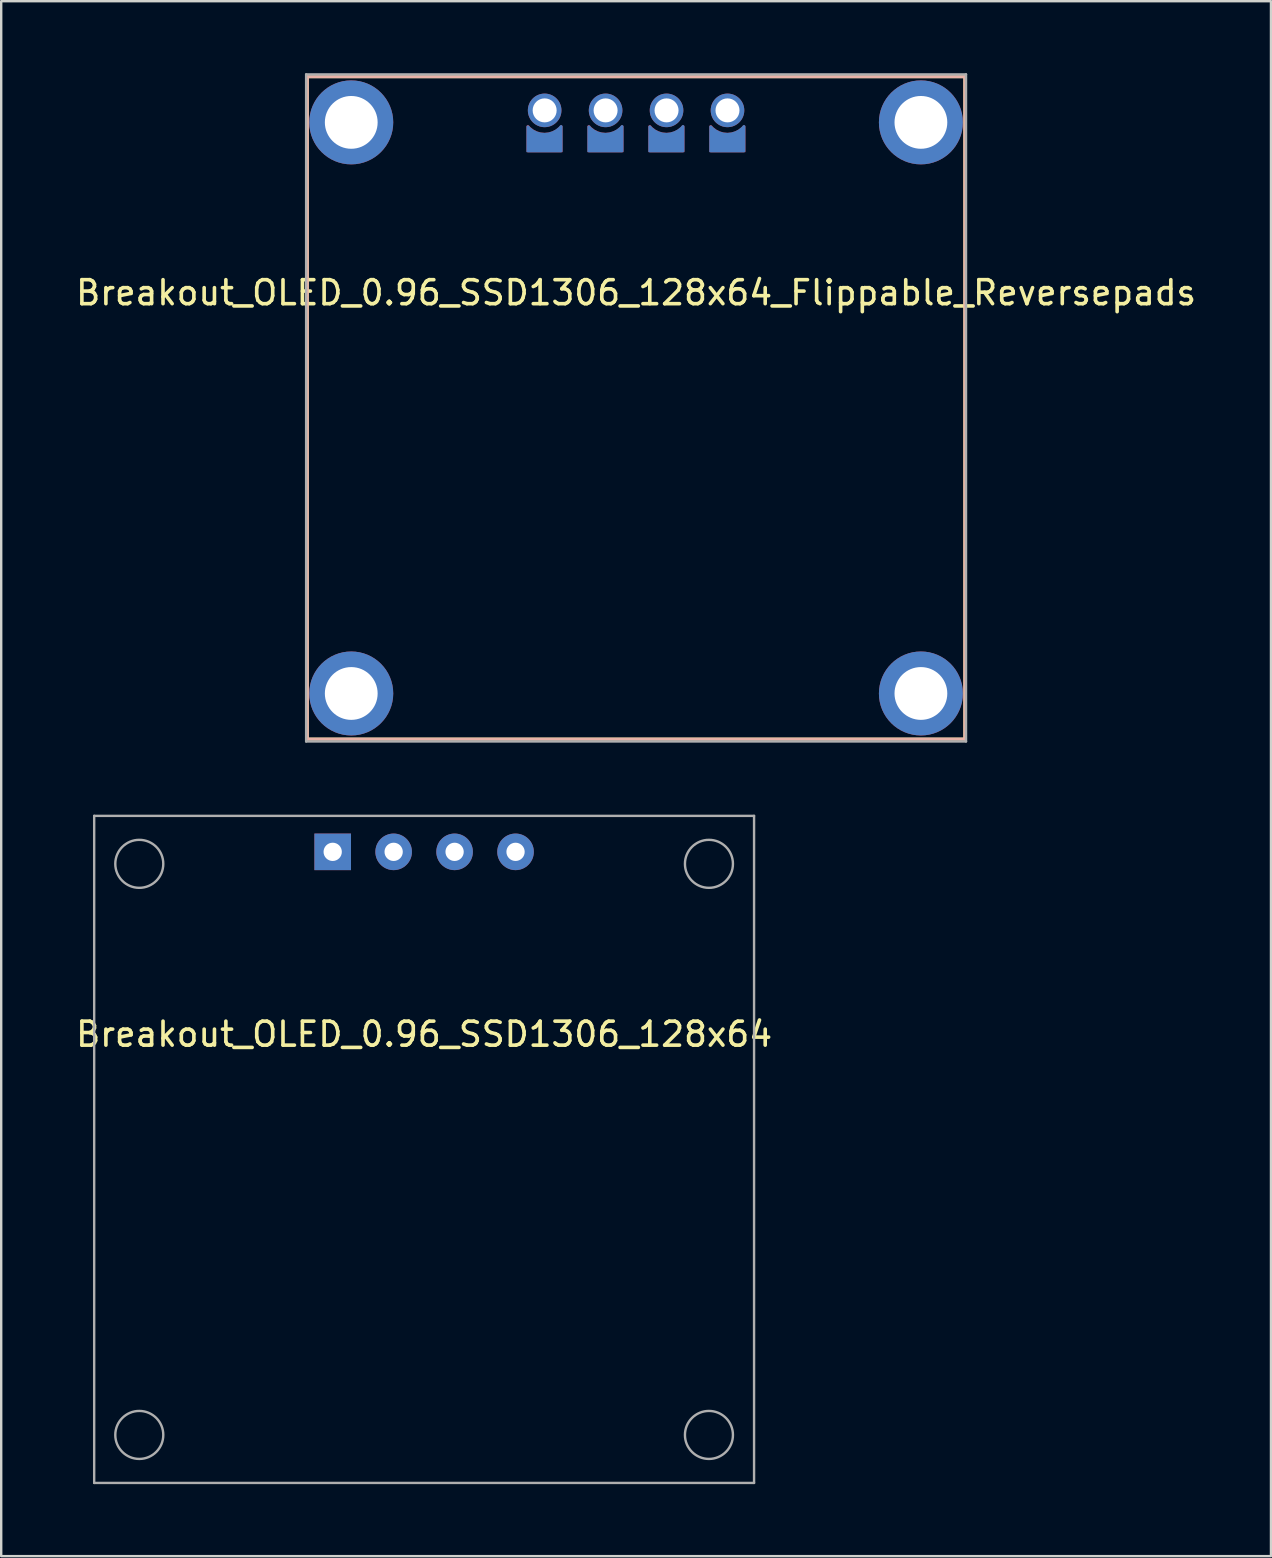
<source format=kicad_pcb>
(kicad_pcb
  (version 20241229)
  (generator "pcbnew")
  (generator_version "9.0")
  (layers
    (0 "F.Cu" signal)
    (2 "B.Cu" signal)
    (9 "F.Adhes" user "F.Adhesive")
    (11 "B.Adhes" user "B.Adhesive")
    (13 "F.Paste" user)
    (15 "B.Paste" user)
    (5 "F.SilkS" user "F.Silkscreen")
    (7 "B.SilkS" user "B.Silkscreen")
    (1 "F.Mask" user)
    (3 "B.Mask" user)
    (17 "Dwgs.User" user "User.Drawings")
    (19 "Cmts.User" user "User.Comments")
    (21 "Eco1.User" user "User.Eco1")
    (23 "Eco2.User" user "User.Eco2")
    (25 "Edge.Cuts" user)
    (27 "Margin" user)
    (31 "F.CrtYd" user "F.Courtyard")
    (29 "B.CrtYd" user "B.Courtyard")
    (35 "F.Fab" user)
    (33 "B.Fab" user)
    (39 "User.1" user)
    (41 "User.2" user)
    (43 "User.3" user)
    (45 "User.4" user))
  (footprint "Breakout_OLED_0.96_SSD1306_128x64_Flippable_Reversepads"
    (layer "F.Cu")
    (at 23.458 1.55)
    (property "Reference" "Breakout_OLED_0.96_SSD1306_128x64_Flippable_Reversepads" (at 0 7.6 0) (layer "F.SilkS") (effects (font (size 1 1) (thickness 0.15))))
    (attr through_hole)
    (fp_line (start -13.7 -1.4) (end -13.7 26.2) (stroke (width 0.12) (type solid)) (layer "F.SilkS"))
    (fp_line (start -13.7 26.2) (end 13.7 26.2) (stroke (width 0.12) (type solid)) (layer "F.SilkS"))
    (fp_line (start 13.7 -1.4) (end -13.7 -1.4) (stroke (width 0.12) (type solid)) (layer "F.SilkS"))
    (fp_line (start 13.7 26.2) (end 13.7 -1.4) (stroke (width 0.12) (type solid)) (layer "F.SilkS"))
    (fp_line (start -13.7 26.2) (end -13.7 -1.4) (stroke (width 0.12) (type solid)) (layer "B.SilkS"))
    (fp_line (start 13.7 -1.4) (end -13.7 -1.4) (stroke (width 0.12) (type solid)) (layer "B.SilkS"))
    (fp_line (start 13.7 -1.4) (end 13.7 26.2) (stroke (width 0.12) (type solid)) (layer "B.SilkS"))
    (fp_line (start 13.7 26.2) (end -13.7 26.2) (stroke (width 0.12) (type solid)) (layer "B.SilkS"))
    (fp_line (start -13.75 -1.5) (end 13.75 -1.5) (stroke (width 0.1) (type solid)) (layer "F.Fab"))
    (fp_line (start -13.75 26.3) (end -13.75 -1.5) (stroke (width 0.1) (type solid)) (layer "F.Fab"))
    (fp_line (start -13.75 26.3) (end 13.75 26.3) (stroke (width 0.1) (type solid)) (layer "F.Fab"))
    (fp_line (start 13.75 26.3) (end 13.75 -1.5) (stroke (width 0.1) (type solid)) (layer "F.Fab"))
    (pad "" thru_hole circle (at -11.87 0.5) (size 3.5 3.5) (drill 2.2) (layers "*.Cu" "*.Mask"))
    (pad "" thru_hole circle (at -11.87 24.3) (size 3.5 3.5) (drill 2.2) (layers "*.Cu" "*.Mask"))
    (pad "" thru_hole circle (at -3.81 0 90) (size 1.4 1.4) (drill 1) (layers "*.Cu" "*.Mask"))
    (pad "" thru_hole circle (at -1.27 0 90) (size 1.4 1.4) (drill 1) (layers "*.Cu" "*.Mask"))
    (pad "" thru_hole circle (at 1.27 0 90) (size 1.4 1.4) (drill 1) (layers "*.Cu" "*.Mask"))
    (pad "" thru_hole circle (at 3.81 0 90) (size 1.4 1.4) (drill 1) (layers "*.Cu" "*.Mask"))
    (pad "" thru_hole circle (at 11.87 0.5) (size 3.5 3.5) (drill 2.2) (layers "*.Cu" "*.Mask"))
    (pad "" thru_hole circle (at 11.87 24.3) (size 3.5 3.5) (drill 2.2) (layers "*.Cu" "*.Mask"))
    (pad "1" smd custom (at -3.82 1.34 90) (size 0.8 1.5) (layers "B.Cu" "B.Mask") (options (anchor rect)) (primitives (gr_poly (pts (xy 0.56 -0.67) (xy 0.34 -0.67) (xy 0.34 -0.3)) (width 0.1) (fill yes)) (gr_line (start 0.67 0.697) (end -0.35 0.697) (width 0.12)) (gr_poly (pts (xy 0.54 0.67) (xy 0.32 0.67) (xy 0.32 0.3)) (width 0.1) (fill yes)) (gr_line (start -0.35 0.697) (end -0.35 -0.69) (width 0.12)) (gr_arc (start 0.67 0.697) (mid 0.346893 0.011995) (end 0.651894 -0.681261) (width 0.12)) (gr_line (start -0.35 -0.69) (end 0.66 -0.69) (width 0.12))))
    (pad "1" smd custom (at 3.808 1.339 90) (size 0.8 1.5) (layers "F.Cu" "F.Mask") (options (anchor rect)) (primitives (gr_poly (pts (xy 0.56 0.67) (xy 0.34 0.67) (xy 0.34 0.3)) (width 0.1) (fill yes)) (gr_line (start 0.67 -0.697) (end -0.35 -0.697) (width 0.12)) (gr_poly (pts (xy 0.54 -0.67) (xy 0.32 -0.67) (xy 0.32 -0.3)) (width 0.1) (fill yes)) (gr_line (start -0.35 -0.697) (end -0.35 0.69) (width 0.12)) (gr_arc (start 0.660264 0.68864) (mid 0.346831 -0.00562) (end 0.668786 -0.69597) (width 0.12)) (gr_line (start -0.35 0.69) (end 0.66 0.69) (width 0.12))))
    (pad "2" smd custom (at -1.28 1.34 90) (size 0.8 1.5) (layers "B.Cu" "B.Mask") (options (anchor rect)) (primitives (gr_poly (pts (xy 0.56 -0.67) (xy 0.34 -0.67) (xy 0.34 -0.3)) (width 0.1) (fill yes)) (gr_line (start 0.67 0.697) (end -0.35 0.697) (width 0.12)) (gr_poly (pts (xy 0.54 0.67) (xy 0.32 0.67) (xy 0.32 0.3)) (width 0.1) (fill yes)) (gr_line (start -0.35 0.697) (end -0.35 -0.69) (width 0.12)) (gr_arc (start 0.67 0.697) (mid 0.346893 0.011995) (end 0.651894 -0.681261) (width 0.12)) (gr_line (start -0.35 -0.69) (end 0.66 -0.69) (width 0.12))))
    (pad "2" smd custom (at 1.268 1.339 90) (size 0.8 1.5) (layers "F.Cu" "F.Mask") (options (anchor rect)) (primitives (gr_poly (pts (xy 0.56 0.67) (xy 0.34 0.67) (xy 0.34 0.3)) (width 0.1) (fill yes)) (gr_line (start 0.67 -0.697) (end -0.35 -0.697) (width 0.12)) (gr_poly (pts (xy 0.54 -0.67) (xy 0.32 -0.67) (xy 0.32 -0.3)) (width 0.1) (fill yes)) (gr_line (start -0.35 -0.697) (end -0.35 0.69) (width 0.12)) (gr_arc (start 0.660264 0.68864) (mid 0.346831 -0.00562) (end 0.668786 -0.69597) (width 0.12)) (gr_line (start -0.35 0.69) (end 0.66 0.69) (width 0.12))))
    (pad "3" smd custom (at -1.272 1.339 90) (size 0.8 1.5) (layers "F.Cu" "F.Mask") (options (anchor rect)) (primitives (gr_poly (pts (xy 0.56 0.67) (xy 0.34 0.67) (xy 0.34 0.3)) (width 0.1) (fill yes)) (gr_line (start 0.67 -0.697) (end -0.35 -0.697) (width 0.12)) (gr_poly (pts (xy 0.54 -0.67) (xy 0.32 -0.67) (xy 0.32 -0.3)) (width 0.1) (fill yes)) (gr_line (start -0.35 -0.697) (end -0.35 0.69) (width 0.12)) (gr_arc (start 0.660264 0.68864) (mid 0.346831 -0.00562) (end 0.668786 -0.69597) (width 0.12)) (gr_line (start -0.35 0.69) (end 0.66 0.69) (width 0.12))))
    (pad "3" smd custom (at 1.26 1.34 90) (size 0.8 1.5) (layers "B.Cu" "B.Mask") (options (anchor rect)) (primitives (gr_poly (pts (xy 0.56 -0.67) (xy 0.34 -0.67) (xy 0.34 -0.3)) (width 0.1) (fill yes)) (gr_line (start 0.67 0.697) (end -0.35 0.697) (width 0.12)) (gr_poly (pts (xy 0.54 0.67) (xy 0.32 0.67) (xy 0.32 0.3)) (width 0.1) (fill yes)) (gr_line (start -0.35 0.697) (end -0.35 -0.69) (width 0.12)) (gr_arc (start 0.67 0.697) (mid 0.346893 0.011995) (end 0.651894 -0.681261) (width 0.12)) (gr_line (start -0.35 -0.69) (end 0.66 -0.69) (width 0.12))))
    (pad "4" smd custom (at -3.812 1.339 90) (size 0.8 1.5) (layers "F.Cu" "F.Mask") (options (anchor rect)) (primitives (gr_poly (pts (xy 0.56 0.67) (xy 0.34 0.67) (xy 0.34 0.3)) (width 0.1) (fill yes)) (gr_line (start 0.67 -0.697) (end -0.35 -0.697) (width 0.12)) (gr_poly (pts (xy 0.54 -0.67) (xy 0.32 -0.67) (xy 0.32 -0.3)) (width 0.1) (fill yes)) (gr_line (start -0.35 -0.697) (end -0.35 0.69) (width 0.12)) (gr_arc (start 0.660264 0.68864) (mid 0.346831 -0.00562) (end 0.668786 -0.69597) (width 0.12)) (gr_line (start -0.35 0.69) (end 0.66 0.69) (width 0.12))))
    (pad "4" smd custom (at 3.8 1.34 90) (size 0.8 1.5) (layers "B.Cu" "B.Mask") (options (anchor rect)) (primitives (gr_poly (pts (xy 0.56 -0.67) (xy 0.34 -0.67) (xy 0.34 -0.3)) (width 0.1) (fill yes)) (gr_line (start 0.67 0.697) (end -0.35 0.697) (width 0.12)) (gr_poly (pts (xy 0.54 0.67) (xy 0.32 0.67) (xy 0.32 0.3)) (width 0.1) (fill yes)) (gr_line (start -0.35 0.697) (end -0.35 -0.69) (width 0.12)) (gr_arc (start 0.67 0.697) (mid 0.346893 0.011995) (end 0.651894 -0.681261) (width 0.12)) (gr_line (start -0.35 -0.69) (end 0.66 -0.69) (width 0.12)))))
  (footprint "Breakout_OLED_0.96_SSD1306_128x64"
    (layer "F.Cu")
    (at 14.625 32.45)
    (property "Reference" "Breakout_OLED_0.96_SSD1306_128x64" (at 0 7.6 0) (layer "F.SilkS") (effects (font (size 1 1) (thickness 0.15))))
    (attr through_hole)
    (fp_line (start -13.75 -1.5) (end 13.75 -1.5) (stroke (width 0.1) (type solid)) (layer "F.Fab"))
    (fp_line (start -13.75 26.3) (end -13.75 -1.5) (stroke (width 0.1) (type solid)) (layer "F.Fab"))
    (fp_line (start -13.75 26.3) (end 13.75 26.3) (stroke (width 0.1) (type solid)) (layer "F.Fab"))
    (fp_line (start 13.75 26.3) (end 13.75 -1.5) (stroke (width 0.1) (type solid)) (layer "F.Fab"))
    (fp_circle (center -11.87 0.5) (end -10.87 0.5) (stroke (width 0.1) (type solid)) (fill no) (layer "F.Fab"))
    (fp_circle (center -11.87 24.3) (end -10.87 24.3) (stroke (width 0.1) (type solid)) (fill no) (layer "F.Fab"))
    (fp_circle (center 11.87 0.5) (end 12.87 0.5) (stroke (width 0.1) (type solid)) (fill no) (layer "F.Fab"))
    (fp_circle (center 11.87 24.3) (end 12.87 24.3) (stroke (width 0.1) (type solid)) (fill no) (layer "F.Fab"))
    (pad "1" thru_hole rect (at -3.81 0) (size 1.524 1.524) (drill 0.762) (layers "*.Cu" "*.Mask"))
    (pad "2" thru_hole circle (at -1.27 0) (size 1.524 1.524) (drill 0.762) (layers "*.Cu" "*.Mask"))
    (pad "3" thru_hole circle (at 1.27 0) (size 1.524 1.524) (drill 0.762) (layers "*.Cu" "*.Mask"))
    (pad "4" thru_hole circle (at 3.81 0) (size 1.524 1.524) (drill 0.762) (layers "*.Cu" "*.Mask")))
  (gr_rect
    (start -3 -3)
    (end 49.917 61.8)
    (stroke (width 0.1) (type default))
    (fill no)
    (layer "Edge.Cuts")))
</source>
